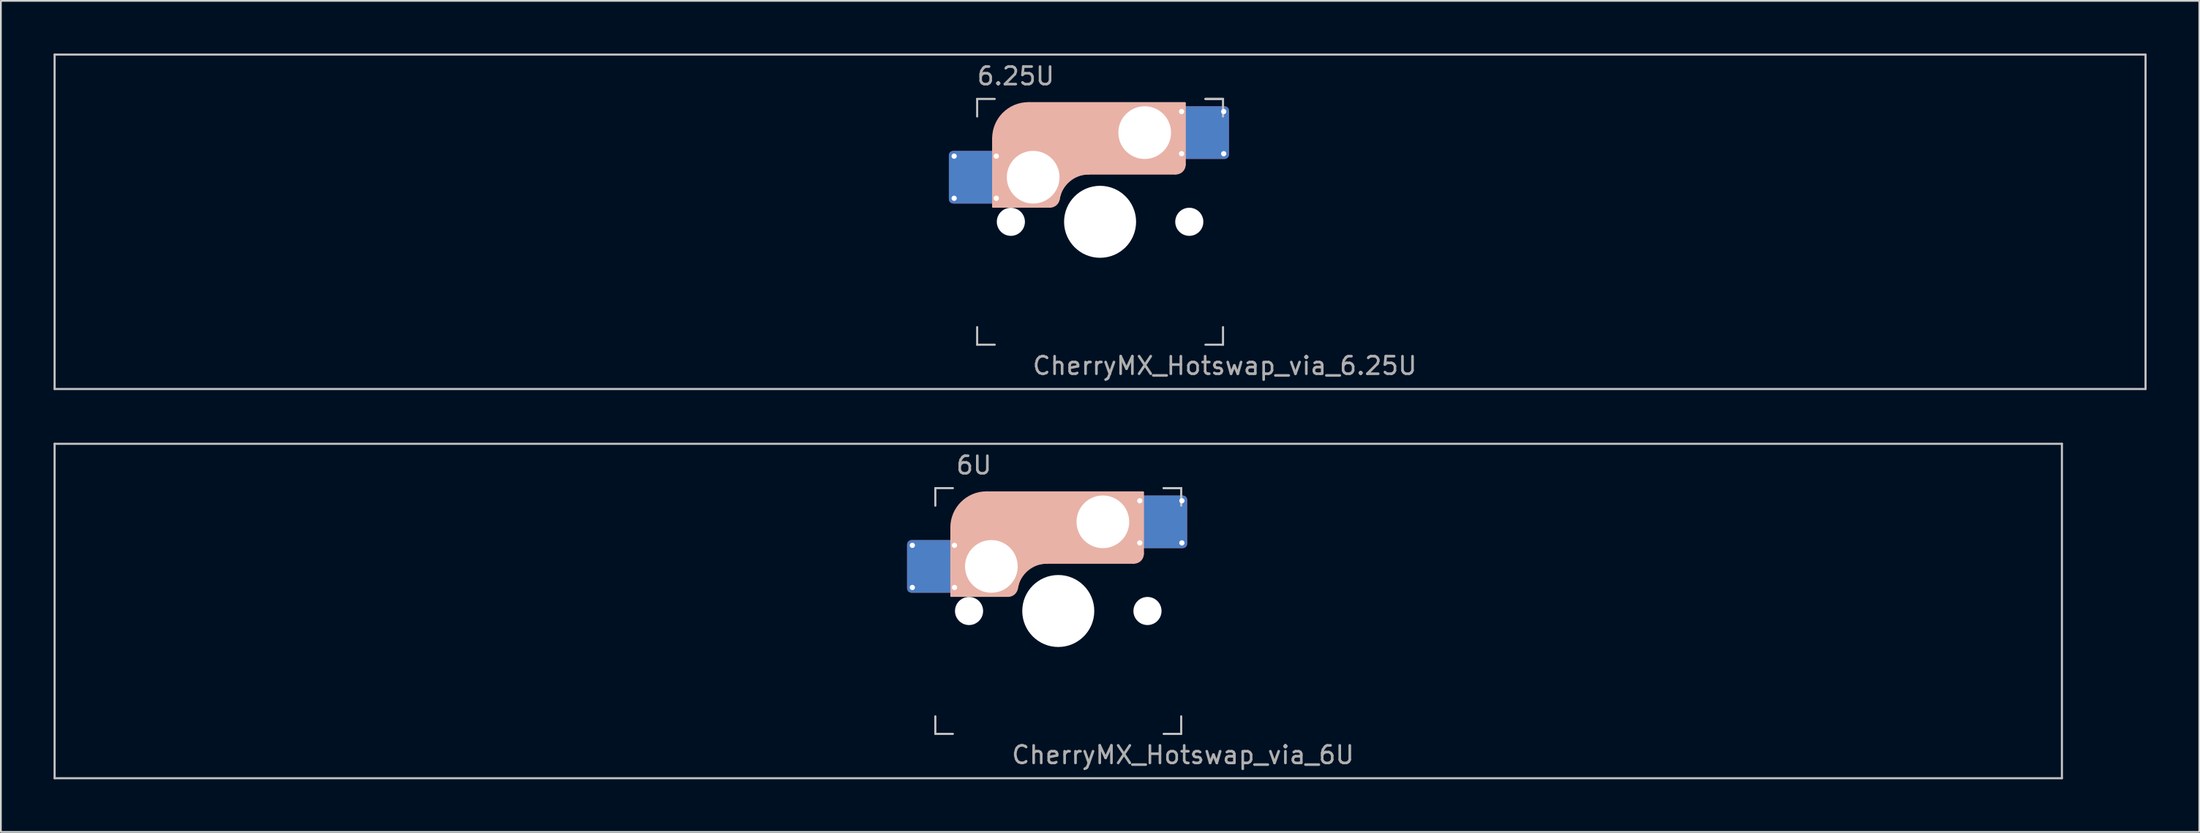
<source format=kicad_pcb>
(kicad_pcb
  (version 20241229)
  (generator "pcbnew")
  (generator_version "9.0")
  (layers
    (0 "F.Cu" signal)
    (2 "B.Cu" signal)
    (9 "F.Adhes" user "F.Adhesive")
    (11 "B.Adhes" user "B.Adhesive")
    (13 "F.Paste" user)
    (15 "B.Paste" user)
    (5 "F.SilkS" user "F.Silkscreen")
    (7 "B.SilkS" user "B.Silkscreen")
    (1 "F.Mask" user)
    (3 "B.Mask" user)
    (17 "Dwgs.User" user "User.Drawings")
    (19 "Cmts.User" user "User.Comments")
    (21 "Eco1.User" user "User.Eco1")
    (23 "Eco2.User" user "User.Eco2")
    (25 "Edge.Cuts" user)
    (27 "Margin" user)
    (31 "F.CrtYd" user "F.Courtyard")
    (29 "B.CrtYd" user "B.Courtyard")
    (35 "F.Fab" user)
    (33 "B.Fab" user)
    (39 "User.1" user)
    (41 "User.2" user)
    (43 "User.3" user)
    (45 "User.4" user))
  (footprint "CherryMX_Hotswap_via_6U"
    (layer "F.Cu")
    (at 57.21 31.755)
    (property "Reference" "CherryMX_Hotswap_via_6U" (at 7.1 8.2 0) (layer "F.Fab") (effects (font (size 1 1) (thickness 0.15))))
    (attr through_hole)
    (fp_line (start -8.11 -1.74) (end -8.11 -3.34) (stroke (width 0.12) (type solid)) (layer "B.Mask"))
    (fp_line (start -7.91 -3.54) (end -6.31 -3.54) (stroke (width 0.12) (type solid)) (layer "B.Mask"))
    (fp_line (start -6.31 -1.54) (end -7.91 -1.54) (stroke (width 0.12) (type solid)) (layer "B.Mask"))
    (fp_line (start -6.11 -3.34) (end -6.11 -1.74) (stroke (width 0.12) (type solid)) (layer "B.Mask"))
    (fp_line (start 4.84 -5.88) (end 4.84 -4.28) (stroke (width 0.12) (type solid)) (layer "B.Mask"))
    (fp_line (start 5.04 -6.08) (end 6.64 -6.08) (stroke (width 0.12) (type solid)) (layer "B.Mask"))
    (fp_line (start 5.04 -4.08) (end 6.64 -4.08) (stroke (width 0.12) (type solid)) (layer "B.Mask"))
    (fp_line (start 6.84 -4.28) (end 6.84 -5.88) (stroke (width 0.12) (type solid)) (layer "B.Mask"))
    (fp_arc (start -8.11 -3.34) (mid -8.051421 -3.481421) (end -7.91 -3.54) (stroke (width 0.12) (type solid)) (layer "B.Mask"))
    (fp_arc (start -7.91 -1.54) (mid -8.051421 -1.598579) (end -8.11 -1.74) (stroke (width 0.12) (type solid)) (layer "B.Mask"))
    (fp_arc (start -6.31 -3.54) (mid -6.168579 -3.481421) (end -6.11 -3.34) (stroke (width 0.12) (type solid)) (layer "B.Mask"))
    (fp_arc (start -6.11 -1.74) (mid -6.168579 -1.598579) (end -6.31 -1.54) (stroke (width 0.12) (type solid)) (layer "B.Mask"))
    (fp_arc (start 4.84 -5.88) (mid 4.898579 -6.021421) (end 5.04 -6.08) (stroke (width 0.12) (type solid)) (layer "B.Mask"))
    (fp_arc (start 5.04 -4.08) (mid 4.898579 -4.138579) (end 4.84 -4.28) (stroke (width 0.12) (type solid)) (layer "B.Mask"))
    (fp_arc (start 6.64 -6.08) (mid 6.781421 -6.021421) (end 6.84 -5.88) (stroke (width 0.12) (type solid)) (layer "B.Mask"))
    (fp_arc (start 6.84 -4.28) (mid 6.781421 -4.138579) (end 6.64 -4.08) (stroke (width 0.12) (type solid)) (layer "B.Mask"))
    (fp_poly (pts (xy -6.11 -3.34) (xy -6.11 -1.74) (xy -6.31 -1.54) (xy -7.91 -1.54) (xy -8.11 -1.74) (xy -8.11 -3.34) (xy -7.91 -3.54) (xy -6.31 -3.54)) (stroke (width 0.1) (type solid)) (fill yes) (layer "B.Mask"))
    (fp_poly (pts (xy 6.84 -5.88) (xy 6.84 -4.28) (xy 6.64 -4.08) (xy 5.04 -4.08) (xy 4.84 -4.28) (xy 4.84 -5.88) (xy 5.04 -6.08) (xy 6.64 -6.08)) (stroke (width 0.1) (type solid)) (fill yes) (layer "B.Mask"))
    (fp_line (start -6.085 -0.865) (end -6.085 -4.755) (stroke (width 0.12) (type solid)) (layer "B.SilkS"))
    (fp_line (start -4.085 -6.755) (end 4.815 -6.755) (stroke (width 0.12) (type solid)) (layer "B.SilkS"))
    (fp_line (start -2.852 -0.865) (end -6.085 -0.865) (stroke (width 0.12) (type solid)) (layer "B.SilkS"))
    (fp_line (start -0.635 -2.755) (end 4.315 -2.755) (stroke (width 0.12) (type solid)) (layer "B.SilkS"))
    (fp_line (start 4.815 -6.755) (end 4.815 -3.255) (stroke (width 0.12) (type solid)) (layer "B.SilkS"))
    (fp_arc (start -6.085 -4.755) (mid -5.499214 -6.169214) (end -4.085 -6.755) (stroke (width 0.12) (type solid)) (layer "B.SilkS"))
    (fp_arc (start -2.360959 -1.278326) (mid -1.770727 -2.335454) (end -0.635 -2.755) (stroke (width 0.12) (type solid)) (layer "B.SilkS"))
    (fp_arc (start -2.36 -1.278176) (mid -2.53101 -0.981978) (end -2.852404 -0.865) (stroke (width 0.12) (type solid)) (layer "B.SilkS"))
    (fp_arc (start 4.815 -3.255) (mid 4.668553 -2.901447) (end 4.315 -2.755) (stroke (width 0.12) (type solid)) (layer "B.SilkS"))
    (fp_poly (pts (xy 4.815 -3.255) (xy 4.633 -2.937) (xy 4.315 -2.755) (xy -0.635 -2.755) (xy -1.259 -2.696) (xy -1.805 -2.376) (xy -2.207 -1.885) (xy -2.361 -1.278) (xy -2.563 -1.02) (xy -2.852 -0.865) (xy -6.085 -0.865) (xy -6.085 -4.755) (xy -5.887 -5.501) (xy -5.464 -6.134) (xy -4.831 -6.557) (xy -4.085 -6.755) (xy 4.815 -6.755)) (stroke (width 0.1) (type solid)) (fill yes) (layer "B.SilkS"))
    (fp_line (start -8.11 -1.74) (end -8.11 -3.34) (stroke (width 0.12) (type solid)) (layer "B.Paste"))
    (fp_line (start -7.91 -3.54) (end -6.31 -3.54) (stroke (width 0.12) (type solid)) (layer "B.Paste"))
    (fp_line (start -6.31 -1.54) (end -7.91 -1.54) (stroke (width 0.12) (type solid)) (layer "B.Paste"))
    (fp_line (start -6.11 -3.34) (end -6.11 -1.74) (stroke (width 0.12) (type solid)) (layer "B.Paste"))
    (fp_line (start 4.84 -5.88) (end 4.84 -4.28) (stroke (width 0.12) (type solid)) (layer "B.Paste"))
    (fp_line (start 5.04 -6.08) (end 6.64 -6.08) (stroke (width 0.12) (type solid)) (layer "B.Paste"))
    (fp_line (start 5.04 -4.08) (end 6.64 -4.08) (stroke (width 0.12) (type solid)) (layer "B.Paste"))
    (fp_line (start 6.84 -4.28) (end 6.84 -5.88) (stroke (width 0.12) (type solid)) (layer "B.Paste"))
    (fp_arc (start -8.11 -3.34) (mid -8.051421 -3.481421) (end -7.91 -3.54) (stroke (width 0.12) (type solid)) (layer "B.Paste"))
    (fp_arc (start -7.91 -1.54) (mid -8.051421 -1.598579) (end -8.11 -1.74) (stroke (width 0.12) (type solid)) (layer "B.Paste"))
    (fp_arc (start -6.31 -3.54) (mid -6.168579 -3.481421) (end -6.11 -3.34) (stroke (width 0.12) (type solid)) (layer "B.Paste"))
    (fp_arc (start -6.11 -1.74) (mid -6.168579 -1.598579) (end -6.31 -1.54) (stroke (width 0.12) (type solid)) (layer "B.Paste"))
    (fp_arc (start 4.84 -5.88) (mid 4.898579 -6.021421) (end 5.04 -6.08) (stroke (width 0.12) (type solid)) (layer "B.Paste"))
    (fp_arc (start 5.04 -4.08) (mid 4.898579 -4.138579) (end 4.84 -4.28) (stroke (width 0.12) (type solid)) (layer "B.Paste"))
    (fp_arc (start 6.64 -6.08) (mid 6.781421 -6.021421) (end 6.84 -5.88) (stroke (width 0.12) (type solid)) (layer "B.Paste"))
    (fp_arc (start 6.84 -4.28) (mid 6.781421 -4.138579) (end 6.64 -4.08) (stroke (width 0.12) (type solid)) (layer "B.Paste"))
    (fp_poly (pts (xy -6.11 -3.34) (xy -6.11 -1.74) (xy -6.31 -1.54) (xy -7.91 -1.54) (xy -8.11 -1.74) (xy -8.11 -3.34) (xy -7.91 -3.54) (xy -6.31 -3.54)) (stroke (width 0.1) (type solid)) (fill yes) (layer "B.Paste"))
    (fp_poly (pts (xy 6.84 -5.88) (xy 6.84 -4.28) (xy 6.64 -4.08) (xy 5.04 -4.08) (xy 4.84 -4.28) (xy 4.84 -5.88) (xy 5.04 -6.08) (xy 6.64 -6.08)) (stroke (width 0.1) (type solid)) (fill yes) (layer "B.Paste"))
    (fp_line (start -57.15 -9.525) (end 57.15 -9.525) (stroke (width 0.12) (type solid)) (layer "Dwgs.User"))
    (fp_line (start -57.15 9.525) (end -57.15 -9.525) (stroke (width 0.12) (type solid)) (layer "Dwgs.User"))
    (fp_line (start -7 -7) (end -7 -6) (stroke (width 0.12) (type solid)) (layer "Dwgs.User"))
    (fp_line (start -7 -7) (end -6 -7) (stroke (width 0.12) (type solid)) (layer "Dwgs.User"))
    (fp_line (start -7 7) (end -7 6) (stroke (width 0.12) (type solid)) (layer "Dwgs.User"))
    (fp_line (start -7 7) (end -6 7) (stroke (width 0.12) (type solid)) (layer "Dwgs.User"))
    (fp_line (start 6 -7) (end 7 -7) (stroke (width 0.12) (type solid)) (layer "Dwgs.User"))
    (fp_line (start 7 -7) (end 6 -7) (stroke (width 0.12) (type solid)) (layer "Dwgs.User"))
    (fp_line (start 7 -7) (end 7 -6) (stroke (width 0.12) (type solid)) (layer "Dwgs.User"))
    (fp_line (start 7 7) (end 6 7) (stroke (width 0.12) (type solid)) (layer "Dwgs.User"))
    (fp_line (start 7 7) (end 7 6) (stroke (width 0.12) (type solid)) (layer "Dwgs.User"))
    (fp_line (start 57.15 -9.525) (end 57.15 9.525) (stroke (width 0.12) (type solid)) (layer "Dwgs.User"))
    (fp_line (start 57.15 9.525) (end -57.15 9.525) (stroke (width 0.12) (type solid)) (layer "Dwgs.User"))
    (fp_text user "6U" (at -4.8 -8.3 0) (layer "F.Fab") (effects (font (size 1 1) (thickness 0.15))))
    (pad "" np_thru_hole circle (at -5.08 0) (size 1.6 1.6) (drill 1.6) (layers "*.Cu" "*.Mask"))
    (pad "" np_thru_hole circle (at -3.81 -2.54) (size 3 3) (drill 3) (layers "*.Cu" "*.Mask"))
    (pad "" np_thru_hole circle (at 0 0) (size 4.1 4.1) (drill 4.1) (layers "*.Cu" "*.Mask"))
    (pad "" np_thru_hole circle (at 2.54 -5.08) (size 3 3) (drill 3) (layers "*.Cu" "*.Mask"))
    (pad "" np_thru_hole circle (at 5.08 0) (size 1.6 1.6) (drill 1.6) (layers "*.Cu" "*.Mask"))
    (pad "1" thru_hole circle (at -8.31 -3.74) (size 0.5 0.5) (drill 0.3) (layers "*.Cu"))
    (pad "1" thru_hole circle (at -8.31 -1.34) (size 0.5 0.5) (drill 0.3) (layers "*.Cu"))
    (pad "1" smd roundrect (at -7.11 -2.54) (size 3 3) (layers "F.Cu") (roundrect_rratio 0.083))
    (pad "1" smd roundrect (at -7.11 -2.54 180) (size 3 3) (layers "B.Cu") (roundrect_rratio 0.083))
    (pad "1" thru_hole circle (at -5.91 -3.74) (size 0.5 0.5) (drill 0.3) (layers "*.Cu"))
    (pad "1" thru_hole circle (at -5.91 -1.34) (size 0.5 0.5) (drill 0.3) (layers "*.Cu"))
    (pad "2" thru_hole circle (at 4.64 -6.28 180) (size 0.5 0.5) (drill 0.3) (layers "*.Cu"))
    (pad "2" thru_hole circle (at 4.64 -3.88 180) (size 0.5 0.5) (drill 0.3) (layers "*.Cu"))
    (pad "2" smd roundrect (at 5.84 -5.08 180) (size 3 3) (layers "F.Cu") (roundrect_rratio 0.083))
    (pad "2" smd roundrect (at 5.84 -5.08 180) (size 3 3) (layers "B.Cu") (roundrect_rratio 0.083))
    (pad "2" thru_hole circle (at 7.04 -6.28 180) (size 0.5 0.5) (drill 0.3) (layers "*.Cu"))
    (pad "2" thru_hole circle (at 7.04 -3.88 180) (size 0.5 0.5) (drill 0.3) (layers "*.Cu")))
  (footprint "CherryMX_Hotswap_via_6.25U"
    (layer "F.Cu")
    (at 59.591 9.585)
    (property "Reference" "CherryMX_Hotswap_via_6.25U" (at 7.1 8.2 0) (layer "F.Fab") (effects (font (size 1 1) (thickness 0.15))))
    (attr through_hole)
    (fp_line (start -8.11 -1.74) (end -8.11 -3.34) (stroke (width 0.12) (type solid)) (layer "B.Mask"))
    (fp_line (start -7.91 -3.54) (end -6.31 -3.54) (stroke (width 0.12) (type solid)) (layer "B.Mask"))
    (fp_line (start -6.31 -1.54) (end -7.91 -1.54) (stroke (width 0.12) (type solid)) (layer "B.Mask"))
    (fp_line (start -6.11 -3.34) (end -6.11 -1.74) (stroke (width 0.12) (type solid)) (layer "B.Mask"))
    (fp_line (start 4.84 -5.88) (end 4.84 -4.28) (stroke (width 0.12) (type solid)) (layer "B.Mask"))
    (fp_line (start 5.04 -6.08) (end 6.64 -6.08) (stroke (width 0.12) (type solid)) (layer "B.Mask"))
    (fp_line (start 5.04 -4.08) (end 6.64 -4.08) (stroke (width 0.12) (type solid)) (layer "B.Mask"))
    (fp_line (start 6.84 -4.28) (end 6.84 -5.88) (stroke (width 0.12) (type solid)) (layer "B.Mask"))
    (fp_arc (start -8.11 -3.34) (mid -8.051421 -3.481421) (end -7.91 -3.54) (stroke (width 0.12) (type solid)) (layer "B.Mask"))
    (fp_arc (start -7.91 -1.54) (mid -8.051421 -1.598579) (end -8.11 -1.74) (stroke (width 0.12) (type solid)) (layer "B.Mask"))
    (fp_arc (start -6.31 -3.54) (mid -6.168579 -3.481421) (end -6.11 -3.34) (stroke (width 0.12) (type solid)) (layer "B.Mask"))
    (fp_arc (start -6.11 -1.74) (mid -6.168579 -1.598579) (end -6.31 -1.54) (stroke (width 0.12) (type solid)) (layer "B.Mask"))
    (fp_arc (start 4.84 -5.88) (mid 4.898579 -6.021421) (end 5.04 -6.08) (stroke (width 0.12) (type solid)) (layer "B.Mask"))
    (fp_arc (start 5.04 -4.08) (mid 4.898579 -4.138579) (end 4.84 -4.28) (stroke (width 0.12) (type solid)) (layer "B.Mask"))
    (fp_arc (start 6.64 -6.08) (mid 6.781421 -6.021421) (end 6.84 -5.88) (stroke (width 0.12) (type solid)) (layer "B.Mask"))
    (fp_arc (start 6.84 -4.28) (mid 6.781421 -4.138579) (end 6.64 -4.08) (stroke (width 0.12) (type solid)) (layer "B.Mask"))
    (fp_poly (pts (xy -6.11 -3.34) (xy -6.11 -1.74) (xy -6.31 -1.54) (xy -7.91 -1.54) (xy -8.11 -1.74) (xy -8.11 -3.34) (xy -7.91 -3.54) (xy -6.31 -3.54)) (stroke (width 0.1) (type solid)) (fill yes) (layer "B.Mask"))
    (fp_poly (pts (xy 6.84 -5.88) (xy 6.84 -4.28) (xy 6.64 -4.08) (xy 5.04 -4.08) (xy 4.84 -4.28) (xy 4.84 -5.88) (xy 5.04 -6.08) (xy 6.64 -6.08)) (stroke (width 0.1) (type solid)) (fill yes) (layer "B.Mask"))
    (fp_line (start -6.085 -0.865) (end -6.085 -4.755) (stroke (width 0.12) (type solid)) (layer "B.SilkS"))
    (fp_line (start -4.085 -6.755) (end 4.815 -6.755) (stroke (width 0.12) (type solid)) (layer "B.SilkS"))
    (fp_line (start -2.852 -0.865) (end -6.085 -0.865) (stroke (width 0.12) (type solid)) (layer "B.SilkS"))
    (fp_line (start -0.635 -2.755) (end 4.315 -2.755) (stroke (width 0.12) (type solid)) (layer "B.SilkS"))
    (fp_line (start 4.815 -6.755) (end 4.815 -3.255) (stroke (width 0.12) (type solid)) (layer "B.SilkS"))
    (fp_arc (start -6.085 -4.755) (mid -5.499214 -6.169214) (end -4.085 -6.755) (stroke (width 0.12) (type solid)) (layer "B.SilkS"))
    (fp_arc (start -2.360959 -1.278326) (mid -1.770727 -2.335454) (end -0.635 -2.755) (stroke (width 0.12) (type solid)) (layer "B.SilkS"))
    (fp_arc (start -2.36 -1.278176) (mid -2.53101 -0.981978) (end -2.852404 -0.865) (stroke (width 0.12) (type solid)) (layer "B.SilkS"))
    (fp_arc (start 4.815 -3.255) (mid 4.668553 -2.901447) (end 4.315 -2.755) (stroke (width 0.12) (type solid)) (layer "B.SilkS"))
    (fp_poly (pts (xy 4.815 -3.255) (xy 4.633 -2.937) (xy 4.315 -2.755) (xy -0.635 -2.755) (xy -1.259 -2.696) (xy -1.805 -2.376) (xy -2.207 -1.885) (xy -2.361 -1.278) (xy -2.563 -1.02) (xy -2.852 -0.865) (xy -6.085 -0.865) (xy -6.085 -4.755) (xy -5.887 -5.501) (xy -5.464 -6.134) (xy -4.831 -6.557) (xy -4.085 -6.755) (xy 4.815 -6.755)) (stroke (width 0.1) (type solid)) (fill yes) (layer "B.SilkS"))
    (fp_line (start -8.11 -1.74) (end -8.11 -3.34) (stroke (width 0.12) (type solid)) (layer "B.Paste"))
    (fp_line (start -7.91 -3.54) (end -6.31 -3.54) (stroke (width 0.12) (type solid)) (layer "B.Paste"))
    (fp_line (start -6.31 -1.54) (end -7.91 -1.54) (stroke (width 0.12) (type solid)) (layer "B.Paste"))
    (fp_line (start -6.11 -3.34) (end -6.11 -1.74) (stroke (width 0.12) (type solid)) (layer "B.Paste"))
    (fp_line (start 4.84 -5.88) (end 4.84 -4.28) (stroke (width 0.12) (type solid)) (layer "B.Paste"))
    (fp_line (start 5.04 -6.08) (end 6.64 -6.08) (stroke (width 0.12) (type solid)) (layer "B.Paste"))
    (fp_line (start 5.04 -4.08) (end 6.64 -4.08) (stroke (width 0.12) (type solid)) (layer "B.Paste"))
    (fp_line (start 6.84 -4.28) (end 6.84 -5.88) (stroke (width 0.12) (type solid)) (layer "B.Paste"))
    (fp_arc (start -8.11 -3.34) (mid -8.051421 -3.481421) (end -7.91 -3.54) (stroke (width 0.12) (type solid)) (layer "B.Paste"))
    (fp_arc (start -7.91 -1.54) (mid -8.051421 -1.598579) (end -8.11 -1.74) (stroke (width 0.12) (type solid)) (layer "B.Paste"))
    (fp_arc (start -6.31 -3.54) (mid -6.168579 -3.481421) (end -6.11 -3.34) (stroke (width 0.12) (type solid)) (layer "B.Paste"))
    (fp_arc (start -6.11 -1.74) (mid -6.168579 -1.598579) (end -6.31 -1.54) (stroke (width 0.12) (type solid)) (layer "B.Paste"))
    (fp_arc (start 4.84 -5.88) (mid 4.898579 -6.021421) (end 5.04 -6.08) (stroke (width 0.12) (type solid)) (layer "B.Paste"))
    (fp_arc (start 5.04 -4.08) (mid 4.898579 -4.138579) (end 4.84 -4.28) (stroke (width 0.12) (type solid)) (layer "B.Paste"))
    (fp_arc (start 6.64 -6.08) (mid 6.781421 -6.021421) (end 6.84 -5.88) (stroke (width 0.12) (type solid)) (layer "B.Paste"))
    (fp_arc (start 6.84 -4.28) (mid 6.781421 -4.138579) (end 6.64 -4.08) (stroke (width 0.12) (type solid)) (layer "B.Paste"))
    (fp_poly (pts (xy -6.11 -3.34) (xy -6.11 -1.74) (xy -6.31 -1.54) (xy -7.91 -1.54) (xy -8.11 -1.74) (xy -8.11 -3.34) (xy -7.91 -3.54) (xy -6.31 -3.54)) (stroke (width 0.1) (type solid)) (fill yes) (layer "B.Paste"))
    (fp_poly (pts (xy 6.84 -5.88) (xy 6.84 -4.28) (xy 6.64 -4.08) (xy 5.04 -4.08) (xy 4.84 -4.28) (xy 4.84 -5.88) (xy 5.04 -6.08) (xy 6.64 -6.08)) (stroke (width 0.1) (type solid)) (fill yes) (layer "B.Paste"))
    (fp_line (start -59.531 -9.525) (end 59.531 -9.525) (stroke (width 0.12) (type solid)) (layer "Dwgs.User"))
    (fp_line (start -59.531 9.525) (end -59.531 -9.525) (stroke (width 0.12) (type solid)) (layer "Dwgs.User"))
    (fp_line (start -7 -7) (end -7 -6) (stroke (width 0.12) (type solid)) (layer "Dwgs.User"))
    (fp_line (start -7 -7) (end -6 -7) (stroke (width 0.12) (type solid)) (layer "Dwgs.User"))
    (fp_line (start -7 7) (end -7 6) (stroke (width 0.12) (type solid)) (layer "Dwgs.User"))
    (fp_line (start -7 7) (end -6 7) (stroke (width 0.12) (type solid)) (layer "Dwgs.User"))
    (fp_line (start 6 -7) (end 7 -7) (stroke (width 0.12) (type solid)) (layer "Dwgs.User"))
    (fp_line (start 7 -7) (end 6 -7) (stroke (width 0.12) (type solid)) (layer "Dwgs.User"))
    (fp_line (start 7 -7) (end 7 -6) (stroke (width 0.12) (type solid)) (layer "Dwgs.User"))
    (fp_line (start 7 7) (end 6 7) (stroke (width 0.12) (type solid)) (layer "Dwgs.User"))
    (fp_line (start 7 7) (end 7 6) (stroke (width 0.12) (type solid)) (layer "Dwgs.User"))
    (fp_line (start 59.531 -9.525) (end 59.531 9.525) (stroke (width 0.12) (type solid)) (layer "Dwgs.User"))
    (fp_line (start 59.531 9.525) (end -59.531 9.525) (stroke (width 0.12) (type solid)) (layer "Dwgs.User"))
    (fp_text user "6.25U" (at -4.8 -8.3 0) (layer "F.Fab") (effects (font (size 1 1) (thickness 0.15))))
    (pad "" np_thru_hole circle (at -5.08 0) (size 1.6 1.6) (drill 1.6) (layers "*.Cu" "*.Mask"))
    (pad "" np_thru_hole circle (at -3.81 -2.54) (size 3 3) (drill 3) (layers "*.Cu" "*.Mask"))
    (pad "" np_thru_hole circle (at 0 0) (size 4.1 4.1) (drill 4.1) (layers "*.Cu" "*.Mask"))
    (pad "" np_thru_hole circle (at 2.54 -5.08) (size 3 3) (drill 3) (layers "*.Cu" "*.Mask"))
    (pad "" np_thru_hole circle (at 5.08 0) (size 1.6 1.6) (drill 1.6) (layers "*.Cu" "*.Mask"))
    (pad "1" thru_hole circle (at -8.31 -3.74) (size 0.5 0.5) (drill 0.3) (layers "*.Cu"))
    (pad "1" thru_hole circle (at -8.31 -1.34) (size 0.5 0.5) (drill 0.3) (layers "*.Cu"))
    (pad "1" smd roundrect (at -7.11 -2.54) (size 3 3) (layers "F.Cu") (roundrect_rratio 0.083))
    (pad "1" smd roundrect (at -7.11 -2.54 180) (size 3 3) (layers "B.Cu") (roundrect_rratio 0.083))
    (pad "1" thru_hole circle (at -5.91 -3.74) (size 0.5 0.5) (drill 0.3) (layers "*.Cu"))
    (pad "1" thru_hole circle (at -5.91 -1.34) (size 0.5 0.5) (drill 0.3) (layers "*.Cu"))
    (pad "2" thru_hole circle (at 4.64 -6.28 180) (size 0.5 0.5) (drill 0.3) (layers "*.Cu"))
    (pad "2" thru_hole circle (at 4.64 -3.88 180) (size 0.5 0.5) (drill 0.3) (layers "*.Cu"))
    (pad "2" smd roundrect (at 5.84 -5.08 180) (size 3 3) (layers "F.Cu") (roundrect_rratio 0.083))
    (pad "2" smd roundrect (at 5.84 -5.08 180) (size 3 3) (layers "B.Cu") (roundrect_rratio 0.083))
    (pad "2" thru_hole circle (at 7.04 -6.28 180) (size 0.5 0.5) (drill 0.3) (layers "*.Cu"))
    (pad "2" thru_hole circle (at 7.04 -3.88 180) (size 0.5 0.5) (drill 0.3) (layers "*.Cu")))
  (gr_rect
    (start -3 -3)
    (end 122.183 44.34)
    (stroke (width 0.1) (type default))
    (fill no)
    (layer "Edge.Cuts")))
</source>
